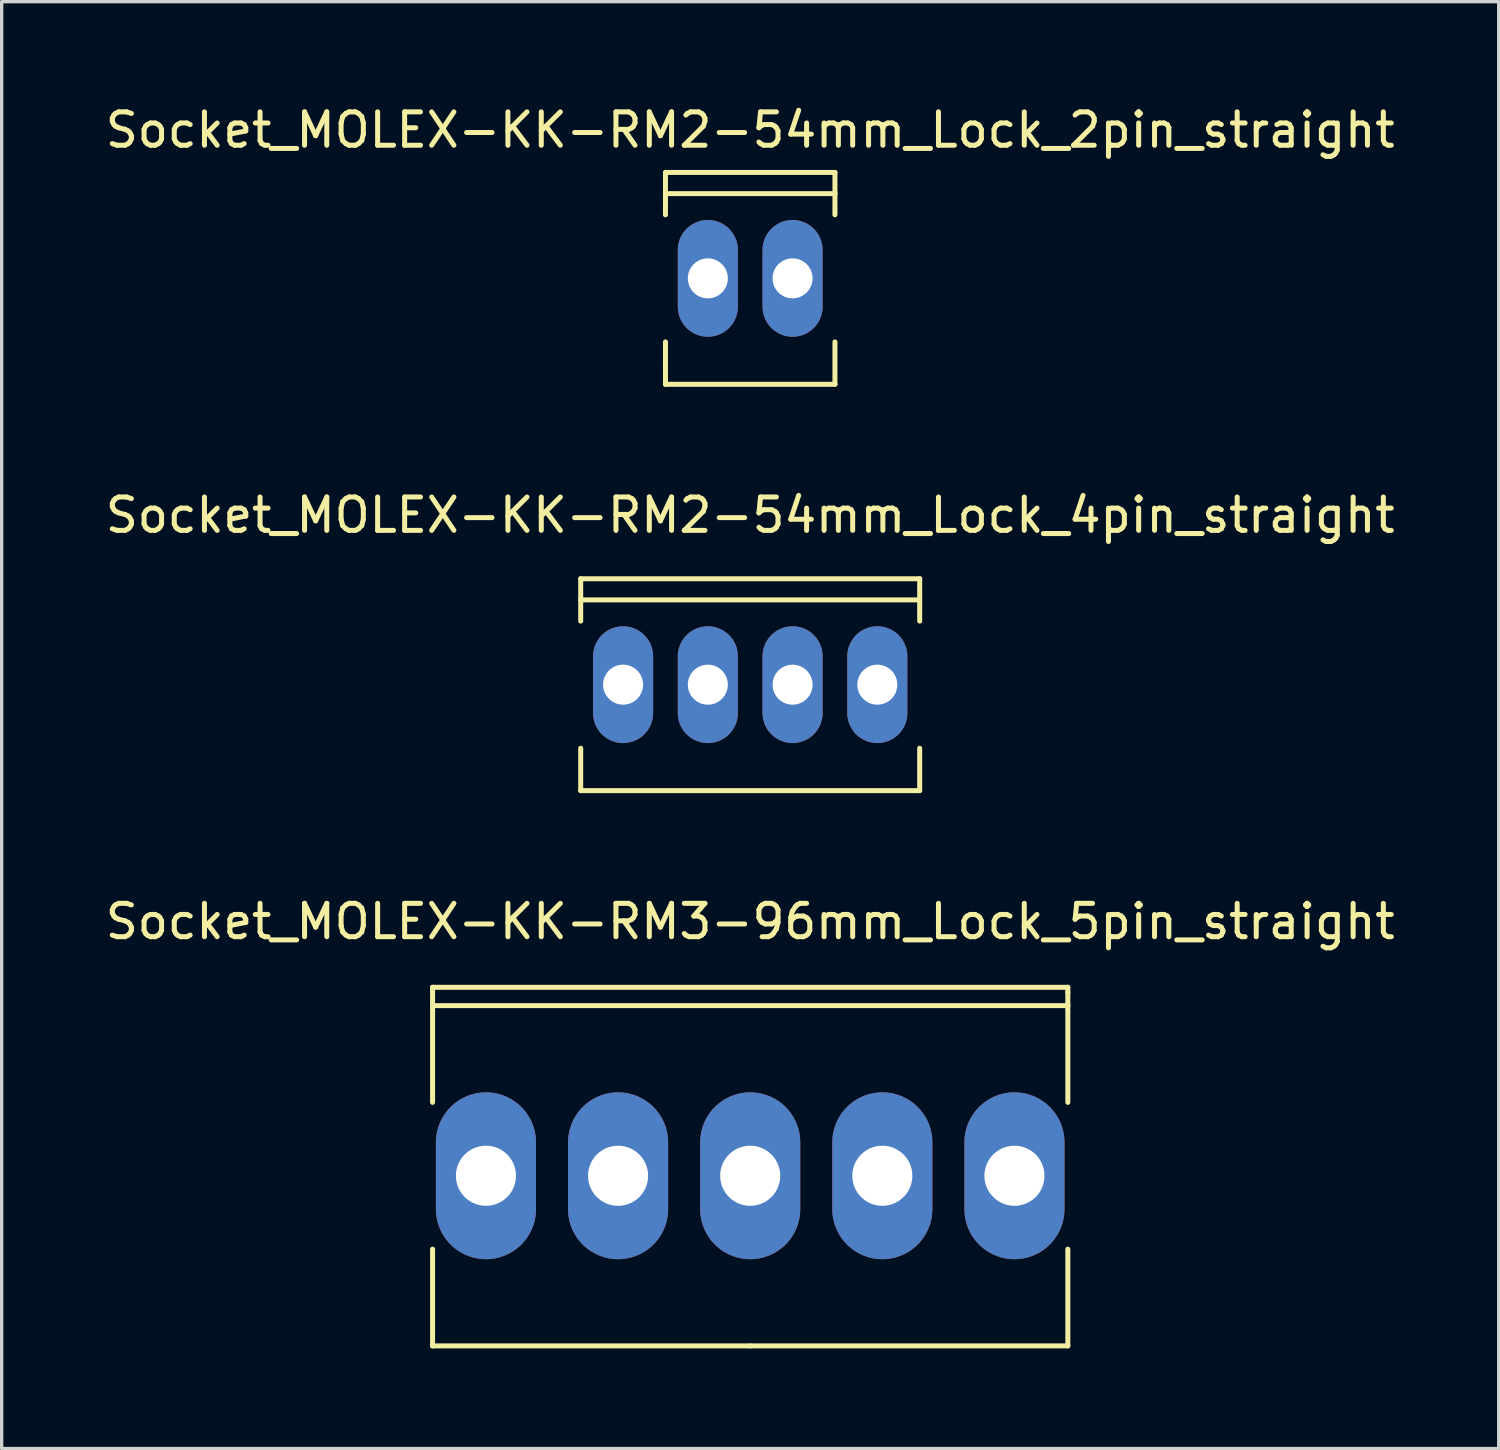
<source format=kicad_pcb>
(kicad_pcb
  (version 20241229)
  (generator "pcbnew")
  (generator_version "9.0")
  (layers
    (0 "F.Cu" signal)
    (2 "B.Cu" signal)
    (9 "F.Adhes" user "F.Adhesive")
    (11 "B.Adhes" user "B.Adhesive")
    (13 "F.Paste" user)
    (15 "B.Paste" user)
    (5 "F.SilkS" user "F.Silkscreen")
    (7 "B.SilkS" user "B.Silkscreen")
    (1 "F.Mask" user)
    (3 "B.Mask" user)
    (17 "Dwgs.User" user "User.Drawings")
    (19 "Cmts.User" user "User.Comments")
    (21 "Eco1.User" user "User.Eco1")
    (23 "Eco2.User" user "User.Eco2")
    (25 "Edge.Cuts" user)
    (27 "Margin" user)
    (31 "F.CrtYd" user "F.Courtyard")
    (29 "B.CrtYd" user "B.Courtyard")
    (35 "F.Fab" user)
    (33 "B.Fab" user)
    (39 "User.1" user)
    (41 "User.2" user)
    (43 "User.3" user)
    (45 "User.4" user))
  (footprint "Socket_MOLEX-KK-RM3-96mm_Lock_5pin_straight"
    (layer "F.Cu")
    (at 19.435 32.19)
    (property "Reference" "Socket_MOLEX-KK-RM3-96mm_Lock_5pin_straight" (at 0 -7.62 0) (layer "F.SilkS") (effects (font (size 1 1) (thickness 0.15))))
    (attr through_hole)
    (fp_line (start -9.52 -5.649) (end -9.52 -5.1) (stroke (width 0.15) (type solid)) (layer "F.SilkS"))
    (fp_line (start -9.52 -5.1) (end -9.52 -2.2) (stroke (width 0.15) (type solid)) (layer "F.SilkS"))
    (fp_line (start -9.52 2.2) (end -9.52 5.1) (stroke (width 0.15) (type solid)) (layer "F.SilkS"))
    (fp_line (start -9.52 5.1) (end 0 5.1) (stroke (width 0.15) (type solid)) (layer "F.SilkS"))
    (fp_line (start 0 5.1) (end 9.52 5.1) (stroke (width 0.15) (type solid)) (layer "F.SilkS"))
    (fp_line (start 9.52 -5.649) (end -9.52 -5.649) (stroke (width 0.15) (type solid)) (layer "F.SilkS"))
    (fp_line (start 9.52 -5.499) (end 9.52 -5.649) (stroke (width 0.15) (type solid)) (layer "F.SilkS"))
    (fp_line (start 9.52 -5.1) (end -9.52 -5.1) (stroke (width 0.15) (type solid)) (layer "F.SilkS"))
    (fp_line (start 9.52 -5.1) (end 9.52 -5.499) (stroke (width 0.15) (type solid)) (layer "F.SilkS"))
    (fp_line (start 9.52 -2.2) (end 9.52 -5.1) (stroke (width 0.15) (type solid)) (layer "F.SilkS"))
    (fp_line (start 9.52 5.1) (end 9.52 2.2) (stroke (width 0.15) (type solid)) (layer "F.SilkS"))
    (pad "1" thru_hole oval (at -7.92 0) (size 3 5.001) (drill 1.801) (layers "*.Cu" "*.Mask"))
    (pad "2" thru_hole oval (at -3.96 0) (size 3 5.001) (drill 1.801) (layers "*.Cu" "*.Mask"))
    (pad "3" thru_hole oval (at 0 0) (size 3 5.001) (drill 1.801) (layers "*.Cu" "*.Mask"))
    (pad "4" thru_hole oval (at 3.96 0) (size 3 5.001) (drill 1.801) (layers "*.Cu" "*.Mask"))
    (pad "5" thru_hole oval (at 7.92 0) (size 3 5.001) (drill 1.801) (layers "*.Cu" "*.Mask")))
  (footprint "Socket_MOLEX-KK-RM2-54mm_Lock_4pin_straight"
    (layer "F.Cu")
    (at 19.435 17.471)
    (property "Reference" "Socket_MOLEX-KK-RM2-54mm_Lock_4pin_straight" (at 0 -5.08 0) (layer "F.SilkS") (effects (font (size 1 1) (thickness 0.15))))
    (attr through_hole)
    (fp_line (start -5.08 -3.175) (end 5.08 -3.175) (stroke (width 0.15) (type solid)) (layer "F.SilkS"))
    (fp_line (start -5.08 -1.905) (end -5.08 -3.175) (stroke (width 0.15) (type solid)) (layer "F.SilkS"))
    (fp_line (start -5.08 3.175) (end -5.08 1.905) (stroke (width 0.15) (type solid)) (layer "F.SilkS"))
    (fp_line (start 5.08 -3.175) (end 5.08 -1.905) (stroke (width 0.15) (type solid)) (layer "F.SilkS"))
    (fp_line (start 5.08 -2.54) (end -5.08 -2.54) (stroke (width 0.15) (type solid)) (layer "F.SilkS"))
    (fp_line (start 5.08 1.905) (end 5.08 3.175) (stroke (width 0.15) (type solid)) (layer "F.SilkS"))
    (fp_line (start 5.08 3.175) (end -5.08 3.175) (stroke (width 0.15) (type solid)) (layer "F.SilkS"))
    (pad "1" thru_hole oval (at -3.81 0) (size 1.801 3.5) (drill 1.199) (layers "*.Cu" "*.Mask"))
    (pad "2" thru_hole oval (at -1.27 0) (size 1.801 3.5) (drill 1.199) (layers "*.Cu" "*.Mask"))
    (pad "3" thru_hole oval (at 1.27 0) (size 1.801 3.5) (drill 1.199) (layers "*.Cu" "*.Mask"))
    (pad "4" thru_hole oval (at 3.81 0) (size 1.801 3.5) (drill 1.199) (layers "*.Cu" "*.Mask")))
  (footprint "Socket_MOLEX-KK-RM2-54mm_Lock_2pin_straight"
    (layer "F.Cu")
    (at 19.435 5.293)
    (property "Reference" "Socket_MOLEX-KK-RM2-54mm_Lock_2pin_straight" (at 0 -4.445 0) (layer "F.SilkS") (effects (font (size 1 1) (thickness 0.15))))
    (attr through_hole)
    (fp_line (start -2.54 -3.175) (end 2.54 -3.175) (stroke (width 0.15) (type solid)) (layer "F.SilkS"))
    (fp_line (start -2.54 -2.54) (end -2.54 -3.175) (stroke (width 0.15) (type solid)) (layer "F.SilkS"))
    (fp_line (start -2.54 -2.54) (end -2.54 -1.905) (stroke (width 0.15) (type solid)) (layer "F.SilkS"))
    (fp_line (start -2.54 -2.54) (end 2.54 -2.54) (stroke (width 0.15) (type solid)) (layer "F.SilkS"))
    (fp_line (start -2.54 2.54) (end -2.54 1.905) (stroke (width 0.15) (type solid)) (layer "F.SilkS"))
    (fp_line (start -2.54 3.175) (end -2.54 2.54) (stroke (width 0.15) (type solid)) (layer "F.SilkS"))
    (fp_line (start 2.54 -3.175) (end 2.54 -2.54) (stroke (width 0.15) (type solid)) (layer "F.SilkS"))
    (fp_line (start 2.54 -2.54) (end 2.54 -1.905) (stroke (width 0.15) (type solid)) (layer "F.SilkS"))
    (fp_line (start 2.54 3.175) (end -2.54 3.175) (stroke (width 0.15) (type solid)) (layer "F.SilkS"))
    (fp_line (start 2.54 3.175) (end 2.54 1.905) (stroke (width 0.15) (type solid)) (layer "F.SilkS"))
    (pad "1" thru_hole oval (at -1.27 0) (size 1.801 3.5) (drill 1.199) (layers "*.Cu" "*.Mask"))
    (pad "2" thru_hole oval (at 1.27 0) (size 1.801 3.5) (drill 1.199) (layers "*.Cu" "*.Mask")))
  (gr_rect
    (start -3 -3)
    (end 41.869 40.365)
    (stroke (width 0.1) (type default))
    (fill no)
    (layer "Edge.Cuts")))
</source>
